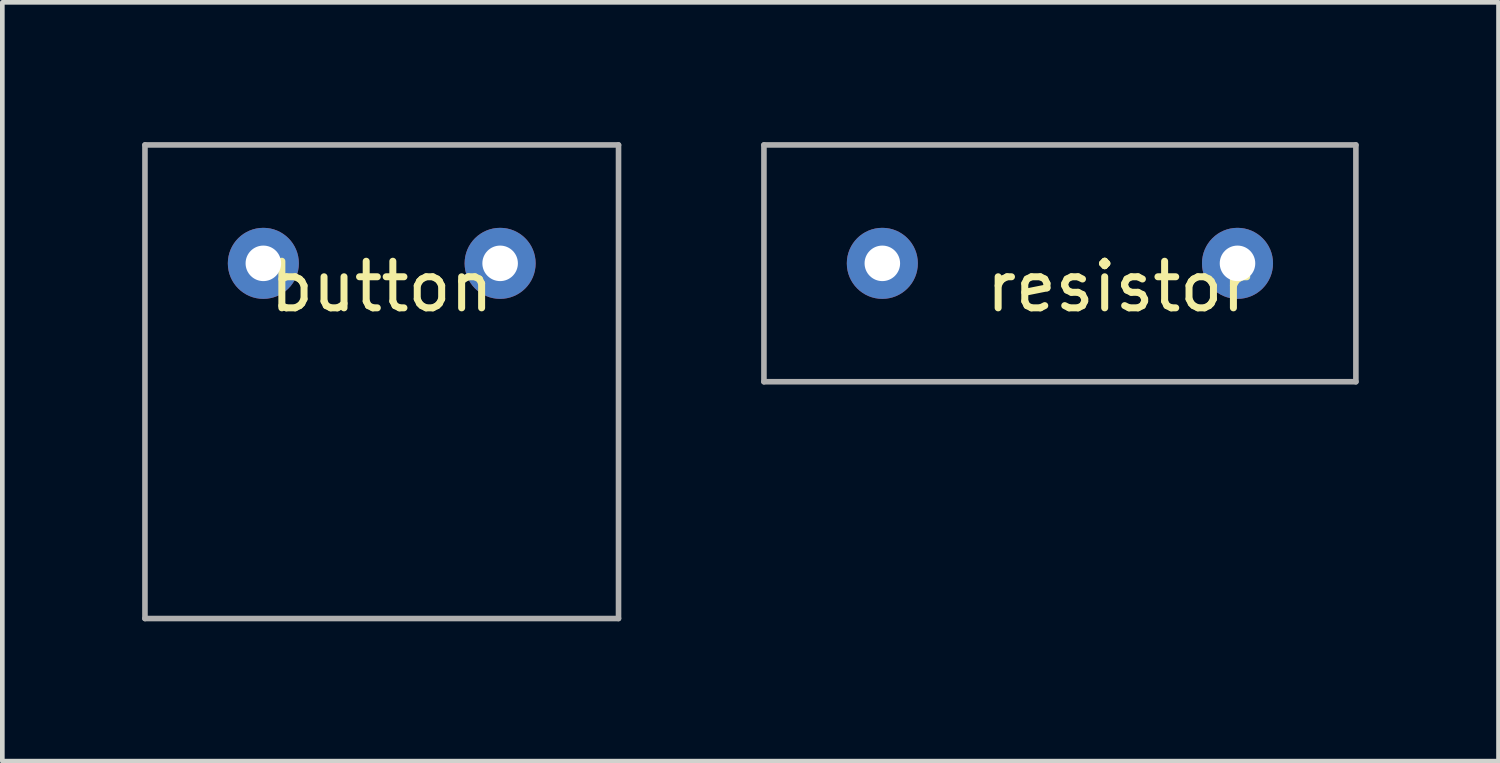
<source format=kicad_pcb>
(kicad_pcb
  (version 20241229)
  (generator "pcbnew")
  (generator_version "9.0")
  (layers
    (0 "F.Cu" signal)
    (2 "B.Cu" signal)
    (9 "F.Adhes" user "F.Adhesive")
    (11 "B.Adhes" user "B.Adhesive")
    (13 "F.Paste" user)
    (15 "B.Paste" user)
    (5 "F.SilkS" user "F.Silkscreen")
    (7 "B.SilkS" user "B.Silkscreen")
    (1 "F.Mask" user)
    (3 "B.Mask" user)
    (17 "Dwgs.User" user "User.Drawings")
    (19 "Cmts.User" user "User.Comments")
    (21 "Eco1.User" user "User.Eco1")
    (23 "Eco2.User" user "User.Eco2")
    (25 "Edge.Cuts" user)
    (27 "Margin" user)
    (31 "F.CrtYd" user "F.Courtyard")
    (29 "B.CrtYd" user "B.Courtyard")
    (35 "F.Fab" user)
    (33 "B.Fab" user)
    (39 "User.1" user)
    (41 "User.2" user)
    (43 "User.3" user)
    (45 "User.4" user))
  (footprint "resistor"
    (layer "F.Cu")
    (at 20.96 2.6)
    (property "Reference" "resistor" (at 0 0.5 0) (layer "F.SilkS") (effects (font (size 1 1) (thickness 0.15))))
    (attr through_hole)
    (fp_line (start -7.62 -2.54) (end -7.62 2.54) (stroke (width 0.12) (type solid)) (layer "F.Fab"))
    (fp_line (start -7.62 2.54) (end 5.08 2.54) (stroke (width 0.12) (type solid)) (layer "F.Fab"))
    (fp_line (start 5.08 -2.54) (end -7.62 -2.54) (stroke (width 0.12) (type solid)) (layer "F.Fab"))
    (fp_line (start 5.08 2.54) (end 5.08 -2.54) (stroke (width 0.12) (type solid)) (layer "F.Fab"))
    (pad "1" thru_hole circle (at -5.08 0) (size 1.524 1.524) (drill 0.762) (layers "*.Cu" "*.Mask"))
    (pad "2" thru_hole circle (at 2.54 0) (size 1.524 1.524) (drill 0.762) (layers "*.Cu" "*.Mask")))
  (footprint "button"
    (layer "F.Cu")
    (at 5.14 2.6)
    (property "Reference" "button" (at 0 0.5 0) (layer "F.SilkS") (effects (font (size 1 1) (thickness 0.15))))
    (attr through_hole)
    (fp_line (start -5.08 -2.54) (end -5.08 7.62) (stroke (width 0.12) (type solid)) (layer "F.Fab"))
    (fp_line (start -5.08 7.62) (end 5.08 7.62) (stroke (width 0.12) (type solid)) (layer "F.Fab"))
    (fp_line (start 5.08 -2.54) (end -5.08 -2.54) (stroke (width 0.12) (type solid)) (layer "F.Fab"))
    (fp_line (start 5.08 7.62) (end 5.08 -2.54) (stroke (width 0.12) (type solid)) (layer "F.Fab"))
    (pad "1" thru_hole circle (at -2.54 0) (size 1.524 1.524) (drill 0.762) (layers "*.Cu" "*.Mask"))
    (pad "2" thru_hole circle (at 2.54 0) (size 1.524 1.524) (drill 0.762) (layers "*.Cu" "*.Mask")))
  (gr_rect
    (start -3 -3)
    (end 29.1 13.28)
    (stroke (width 0.1) (type default))
    (fill no)
    (layer "Edge.Cuts")))
</source>
